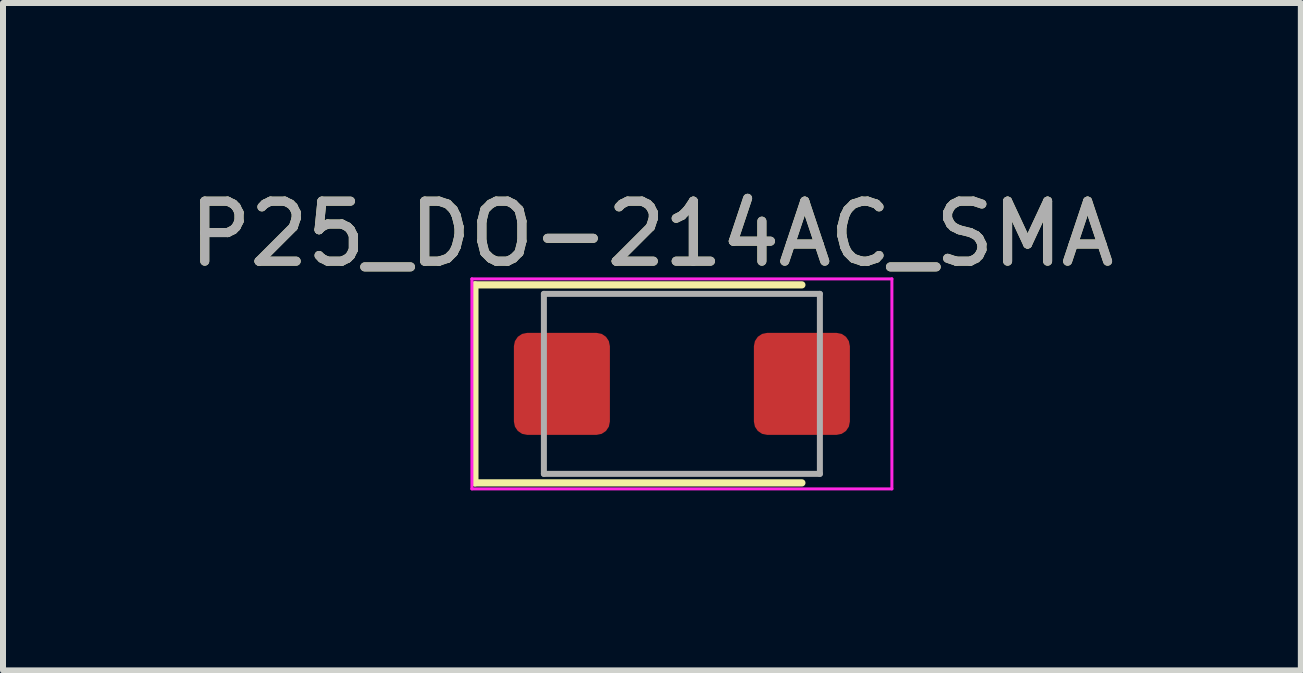
<source format=kicad_pcb>
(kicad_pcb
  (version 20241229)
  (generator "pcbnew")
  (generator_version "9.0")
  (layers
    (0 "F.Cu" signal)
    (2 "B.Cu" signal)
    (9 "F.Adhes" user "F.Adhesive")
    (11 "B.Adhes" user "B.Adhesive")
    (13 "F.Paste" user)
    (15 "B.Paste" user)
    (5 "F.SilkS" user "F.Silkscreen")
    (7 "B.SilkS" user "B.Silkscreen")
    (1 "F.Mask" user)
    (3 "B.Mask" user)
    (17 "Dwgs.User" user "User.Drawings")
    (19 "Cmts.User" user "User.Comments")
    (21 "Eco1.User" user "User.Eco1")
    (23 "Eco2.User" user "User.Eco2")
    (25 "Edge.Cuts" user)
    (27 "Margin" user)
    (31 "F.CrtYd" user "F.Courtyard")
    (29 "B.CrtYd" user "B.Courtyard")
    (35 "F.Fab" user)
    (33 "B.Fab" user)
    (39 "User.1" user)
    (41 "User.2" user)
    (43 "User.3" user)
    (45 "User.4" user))
  (footprint "P25_DO-214AC_SMA"
    (layer "F.Cu")
    (at 6.315 3.348)
    (property "Reference" "P25_DO-214AC_SMA" (at 1.5 -2.5 0) (layer "F.SilkS") (effects (font (size 1 1) (thickness 0.15))))
    (attr smd)
    (fp_line (start -1.45 -1.65) (end -1.45 1.65) (stroke (width 0.12) (type solid)) (layer "F.SilkS"))
    (fp_line (start -1.45 -1.65) (end 4 -1.65) (stroke (width 0.12) (type solid)) (layer "F.SilkS"))
    (fp_line (start -1.45 1.65) (end 4 1.65) (stroke (width 0.12) (type solid)) (layer "F.SilkS"))
    (fp_line (start -1.5 -1.75) (end 5.5 -1.75) (stroke (width 0.05) (type solid)) (layer "F.CrtYd"))
    (fp_line (start -1.5 1.75) (end -1.5 -1.75) (stroke (width 0.05) (type solid)) (layer "F.CrtYd"))
    (fp_line (start 5.5 -1.75) (end 5.5 1.75) (stroke (width 0.05) (type solid)) (layer "F.CrtYd"))
    (fp_line (start 5.5 1.75) (end -1.5 1.75) (stroke (width 0.05) (type solid)) (layer "F.CrtYd"))
    (fp_line (start -0.3 1.5) (end -0.3 -1.5) (stroke (width 0.1) (type solid)) (layer "F.Fab"))
    (fp_line (start 4.3 -1.5) (end -0.3 -1.5) (stroke (width 0.1) (type solid)) (layer "F.Fab"))
    (fp_line (start 4.3 -1.5) (end 4.3 1.5) (stroke (width 0.1) (type solid)) (layer "F.Fab"))
    (fp_line (start 4.3 1.5) (end -0.3 1.5) (stroke (width 0.1) (type solid)) (layer "F.Fab"))
    (fp_text user "${REFERENCE}" (at 1.5 -2.5 0) (layer "F.Fab") (effects (font (size 1 1) (thickness 0.15))))
    (pad "1" smd roundrect (at 0 0) (size 1.6 1.7) (layers "F.Cu" "F.Mask" "F.Paste") (roundrect_rratio 0.139))
    (pad "2" smd roundrect (at 4 0) (size 1.6 1.7) (layers "F.Cu" "F.Mask" "F.Paste") (roundrect_rratio 0.139)))
  (gr_rect
    (start -3 -3)
    (end 18.631 8.123)
    (stroke (width 0.1) (type default))
    (fill no)
    (layer "Edge.Cuts")))
</source>
